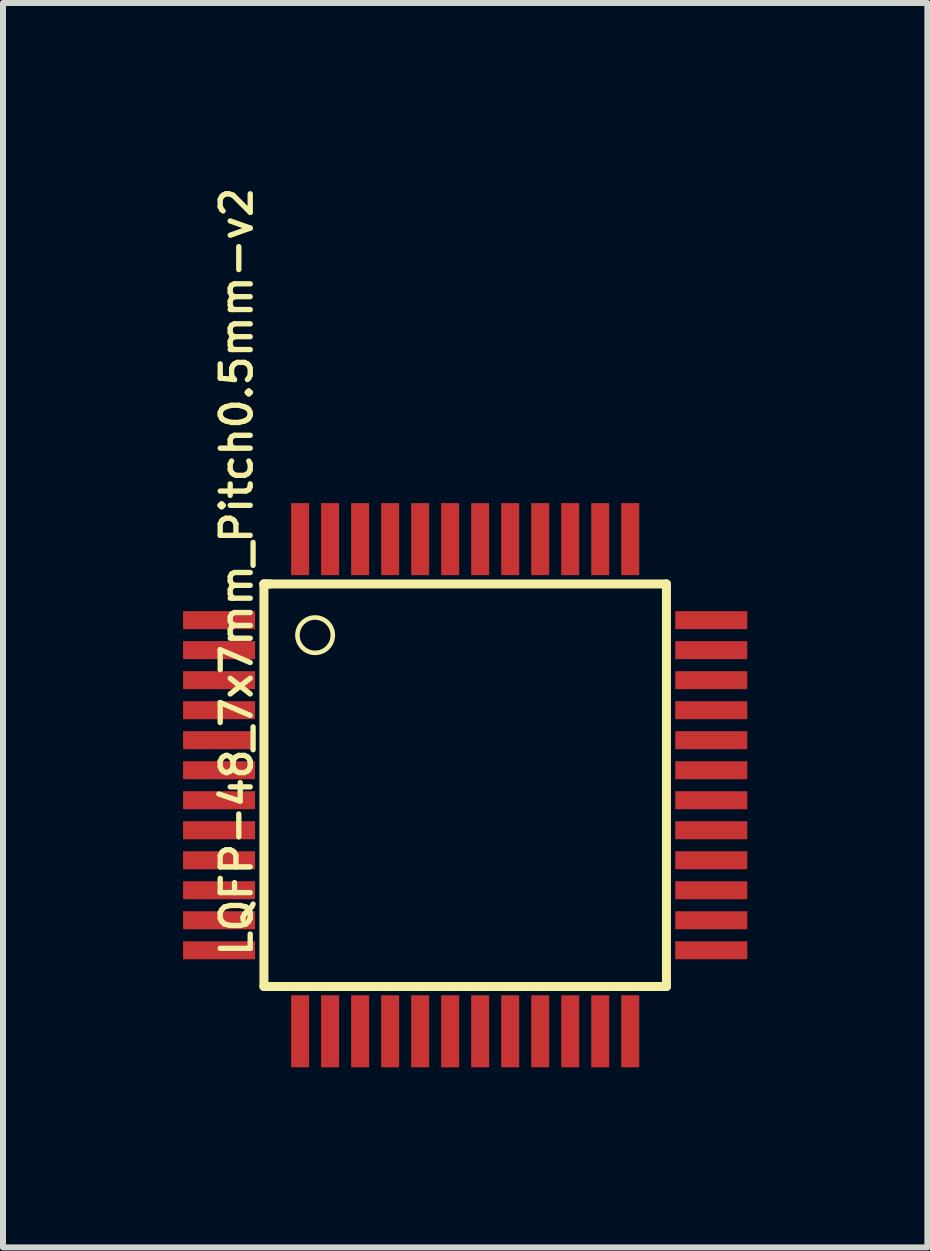
<source format=kicad_pcb>
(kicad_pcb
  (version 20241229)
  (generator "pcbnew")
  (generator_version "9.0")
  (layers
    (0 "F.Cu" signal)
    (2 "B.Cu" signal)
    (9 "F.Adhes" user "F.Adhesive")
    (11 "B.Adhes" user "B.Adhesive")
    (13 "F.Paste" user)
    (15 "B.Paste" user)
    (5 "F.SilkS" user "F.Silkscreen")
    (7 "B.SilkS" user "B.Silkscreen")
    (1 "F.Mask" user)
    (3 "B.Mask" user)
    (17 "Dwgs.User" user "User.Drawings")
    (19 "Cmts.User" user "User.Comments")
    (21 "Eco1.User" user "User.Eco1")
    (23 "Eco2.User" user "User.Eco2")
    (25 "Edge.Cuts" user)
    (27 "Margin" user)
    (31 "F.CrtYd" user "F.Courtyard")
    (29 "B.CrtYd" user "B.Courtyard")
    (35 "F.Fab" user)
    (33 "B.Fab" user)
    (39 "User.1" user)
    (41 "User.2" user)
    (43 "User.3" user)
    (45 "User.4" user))
  (footprint "LQFP-48_7x7mm_Pitch0.5mm-v2"
    (layer "F.Cu")
    (at 4.7 10.032)
    (property "Reference" "LQFP-48_7x7mm_Pitch0.5mm-v2" (at -3.808 -3.556 270) (layer "F.SilkS") (effects (font (size 0.5 0.5) (thickness 0.089))))
    (attr smd)
    (fp_line (start -3.353 -3.353) (end -3.251 -3.353) (stroke (width 0.15) (type solid)) (layer "F.SilkS"))
    (fp_line (start -3.353 -3.353) (end 3.353 -3.353) (stroke (width 0.15) (type solid)) (layer "F.SilkS"))
    (fp_line (start -3.353 3.353) (end -3.353 -3.353) (stroke (width 0.15) (type solid)) (layer "F.SilkS"))
    (fp_line (start 3.353 -3.353) (end 3.353 3.353) (stroke (width 0.15) (type solid)) (layer "F.SilkS"))
    (fp_line (start 3.353 3.353) (end -3.353 3.353) (stroke (width 0.15) (type solid)) (layer "F.SilkS"))
    (fp_circle (center -2.5 -2.5) (end -2.748 -2.659) (stroke (width 0.076) (type solid)) (fill no) (layer "F.SilkS"))
    (pad "1" smd rect (at -4.1 -2.75 90) (size 0.3 1.2) (layers "F.Cu" "F.Mask" "F.Paste"))
    (pad "2" smd rect (at -4.1 -2.25 90) (size 0.3 1.2) (layers "F.Cu" "F.Mask" "F.Paste"))
    (pad "3" smd rect (at -4.1 -1.75 90) (size 0.3 1.2) (layers "F.Cu" "F.Mask" "F.Paste"))
    (pad "4" smd rect (at -4.1 -1.25 90) (size 0.3 1.2) (layers "F.Cu" "F.Mask" "F.Paste"))
    (pad "5" smd rect (at -4.1 -0.75 90) (size 0.3 1.2) (layers "F.Cu" "F.Mask" "F.Paste"))
    (pad "6" smd rect (at -4.1 -0.25 90) (size 0.3 1.2) (layers "F.Cu" "F.Mask" "F.Paste"))
    (pad "7" smd rect (at -4.1 0.25 90) (size 0.3 1.2) (layers "F.Cu" "F.Mask" "F.Paste"))
    (pad "8" smd rect (at -4.1 0.75 90) (size 0.3 1.2) (layers "F.Cu" "F.Mask" "F.Paste"))
    (pad "9" smd rect (at -4.1 1.25 90) (size 0.3 1.2) (layers "F.Cu" "F.Mask" "F.Paste"))
    (pad "10" smd rect (at -4.1 1.75 90) (size 0.3 1.2) (layers "F.Cu" "F.Mask" "F.Paste"))
    (pad "11" smd rect (at -4.1 2.25 90) (size 0.3 1.2) (layers "F.Cu" "F.Mask" "F.Paste"))
    (pad "12" smd rect (at -4.1 2.75 90) (size 0.3 1.2) (layers "F.Cu" "F.Mask" "F.Paste"))
    (pad "13" smd rect (at -2.75 4.1 180) (size 0.3 1.2) (layers "F.Cu" "F.Mask" "F.Paste"))
    (pad "14" smd rect (at -2.25 4.1 180) (size 0.3 1.2) (layers "F.Cu" "F.Mask" "F.Paste"))
    (pad "15" smd rect (at -1.75 4.1 180) (size 0.3 1.2) (layers "F.Cu" "F.Mask" "F.Paste"))
    (pad "16" smd rect (at -1.25 4.1 180) (size 0.3 1.2) (layers "F.Cu" "F.Mask" "F.Paste"))
    (pad "17" smd rect (at -0.75 4.1 180) (size 0.3 1.2) (layers "F.Cu" "F.Mask" "F.Paste"))
    (pad "18" smd rect (at -0.25 4.1 180) (size 0.3 1.2) (layers "F.Cu" "F.Mask" "F.Paste"))
    (pad "19" smd rect (at 0.25 4.1 180) (size 0.3 1.2) (layers "F.Cu" "F.Mask" "F.Paste"))
    (pad "20" smd rect (at 0.75 4.1 180) (size 0.3 1.2) (layers "F.Cu" "F.Mask" "F.Paste"))
    (pad "21" smd rect (at 1.25 4.1 180) (size 0.3 1.2) (layers "F.Cu" "F.Mask" "F.Paste"))
    (pad "22" smd rect (at 1.75 4.1 180) (size 0.3 1.2) (layers "F.Cu" "F.Mask" "F.Paste"))
    (pad "23" smd rect (at 2.25 4.1 180) (size 0.3 1.2) (layers "F.Cu" "F.Mask" "F.Paste"))
    (pad "24" smd rect (at 2.75 4.1 180) (size 0.3 1.2) (layers "F.Cu" "F.Mask" "F.Paste"))
    (pad "25" smd rect (at 4.1 2.75 90) (size 0.3 1.2) (layers "F.Cu" "F.Mask" "F.Paste"))
    (pad "26" smd rect (at 4.1 2.25 90) (size 0.3 1.2) (layers "F.Cu" "F.Mask" "F.Paste"))
    (pad "27" smd rect (at 4.1 1.75 90) (size 0.3 1.2) (layers "F.Cu" "F.Mask" "F.Paste"))
    (pad "28" smd rect (at 4.1 1.25 90) (size 0.3 1.2) (layers "F.Cu" "F.Mask" "F.Paste"))
    (pad "29" smd rect (at 4.1 0.75 90) (size 0.3 1.2) (layers "F.Cu" "F.Mask" "F.Paste"))
    (pad "30" smd rect (at 4.1 0.25 90) (size 0.3 1.2) (layers "F.Cu" "F.Mask" "F.Paste"))
    (pad "31" smd rect (at 4.1 -0.25 90) (size 0.3 1.2) (layers "F.Cu" "F.Mask" "F.Paste"))
    (pad "32" smd rect (at 4.1 -0.75 90) (size 0.3 1.2) (layers "F.Cu" "F.Mask" "F.Paste"))
    (pad "33" smd rect (at 4.1 -1.25 90) (size 0.3 1.2) (layers "F.Cu" "F.Mask" "F.Paste"))
    (pad "34" smd rect (at 4.1 -1.75 90) (size 0.3 1.2) (layers "F.Cu" "F.Mask" "F.Paste"))
    (pad "35" smd rect (at 4.1 -2.25 90) (size 0.3 1.2) (layers "F.Cu" "F.Mask" "F.Paste"))
    (pad "36" smd rect (at 4.1 -2.75 90) (size 0.3 1.2) (layers "F.Cu" "F.Mask" "F.Paste"))
    (pad "37" smd rect (at 2.75 -4.1 180) (size 0.3 1.2) (layers "F.Cu" "F.Mask" "F.Paste"))
    (pad "38" smd rect (at 2.25 -4.1 180) (size 0.3 1.2) (layers "F.Cu" "F.Mask" "F.Paste"))
    (pad "39" smd rect (at 1.75 -4.1 180) (size 0.3 1.2) (layers "F.Cu" "F.Mask" "F.Paste"))
    (pad "40" smd rect (at 1.25 -4.1 180) (size 0.3 1.2) (layers "F.Cu" "F.Mask" "F.Paste"))
    (pad "41" smd rect (at 0.75 -4.1 180) (size 0.3 1.2) (layers "F.Cu" "F.Mask" "F.Paste"))
    (pad "42" smd rect (at 0.25 -4.1 180) (size 0.3 1.2) (layers "F.Cu" "F.Mask" "F.Paste"))
    (pad "43" smd rect (at -0.25 -4.1 180) (size 0.3 1.2) (layers "F.Cu" "F.Mask" "F.Paste"))
    (pad "44" smd rect (at -0.75 -4.1 180) (size 0.3 1.2) (layers "F.Cu" "F.Mask" "F.Paste"))
    (pad "45" smd rect (at -1.25 -4.1 180) (size 0.3 1.2) (layers "F.Cu" "F.Mask" "F.Paste"))
    (pad "46" smd rect (at -1.75 -4.1 180) (size 0.3 1.2) (layers "F.Cu" "F.Mask" "F.Paste"))
    (pad "47" smd rect (at -2.25 -4.1 180) (size 0.3 1.2) (layers "F.Cu" "F.Mask" "F.Paste"))
    (pad "48" smd rect (at -2.75 -4.1 180) (size 0.3 1.2) (layers "F.Cu" "F.Mask" "F.Paste")))
  (gr_rect
    (start -3 -3)
    (end 12.4 17.732)
    (stroke (width 0.1) (type default))
    (fill no)
    (layer "Edge.Cuts")))
</source>
